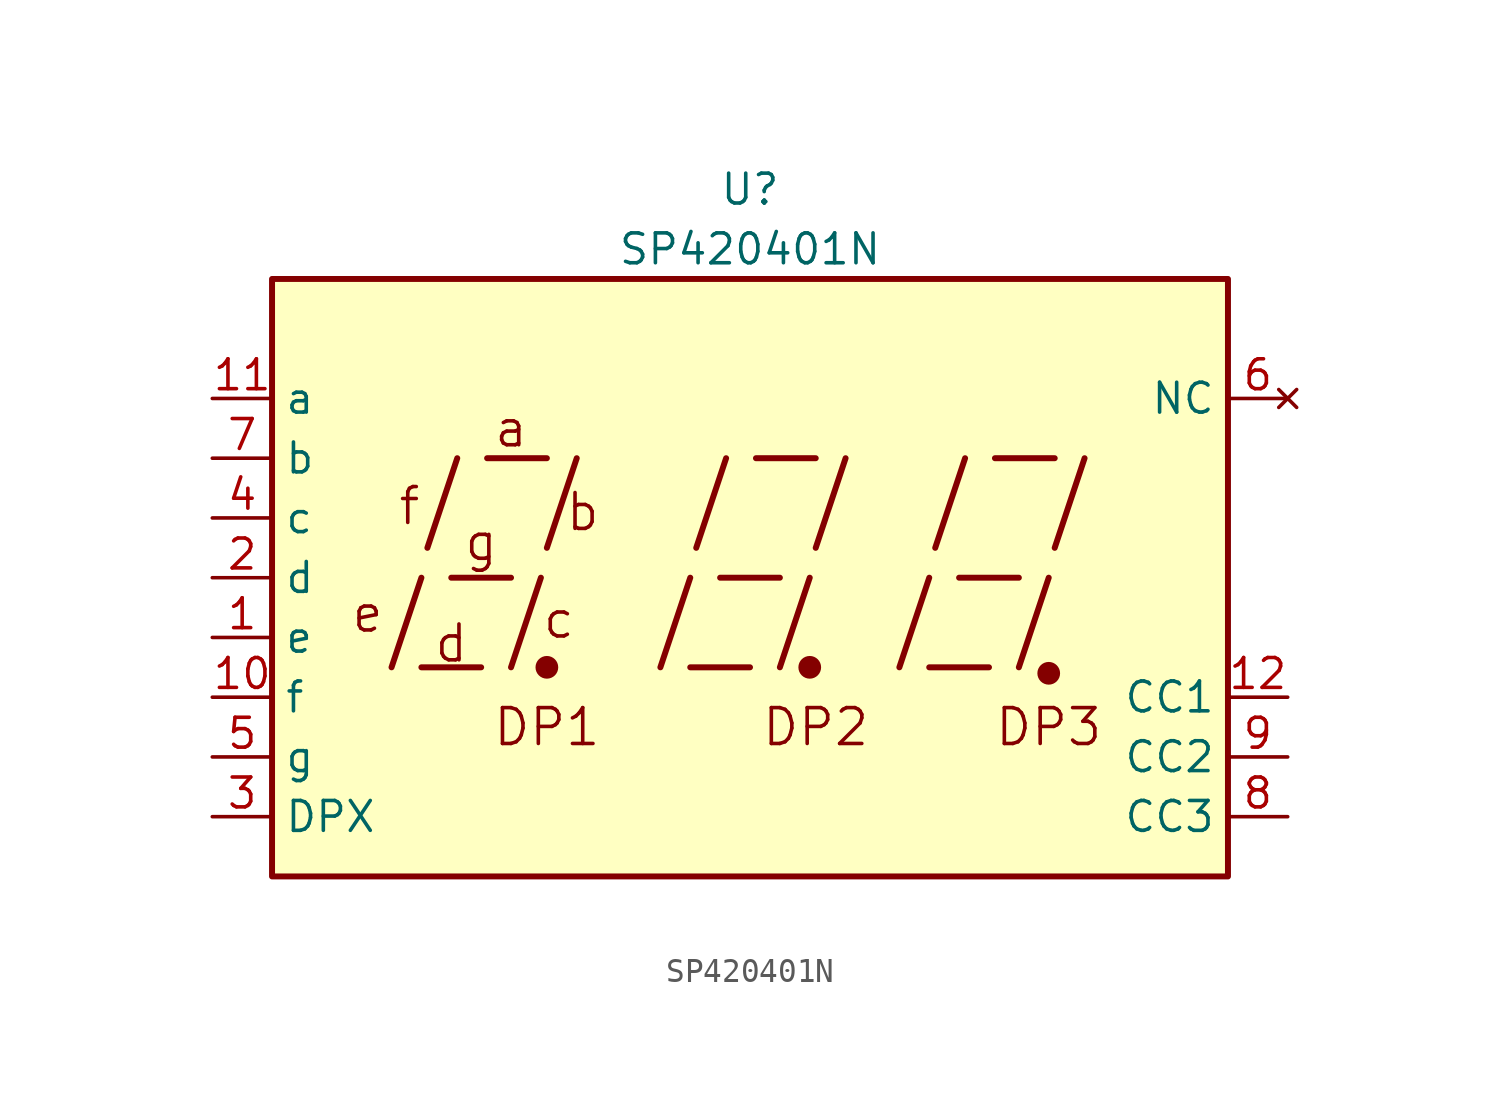
<source format=kicad_sym>
(kicad_symbol_lib
  (version 20211014)
  (generator kicad_symbol_editor)
  (symbol "SP420401N"
    (property "Reference" "U"
      (at 0 17.78 0)
      (effects (font (size 1.27 1.27))))
    (property "Value" "SP420401N"
      (at 0 15.24 0)
      (effects (font (size 1.27 1.27))))
    (symbol "SP420401N_0_0"
      (rectangle (start -20.32 13.97) (end 20.32 -11.43) (stroke (width 0.254) (type default) (color 0 0 0 0)) (fill (type background)))
      (polyline (pts (xy -15.24 -2.54) (xy -13.97 1.27)) (stroke (width 0.254) (type default) (color 0 0 0 0)) (fill (type none)))
      (polyline (pts (xy -13.97 -2.54) (xy -11.43 -2.54)) (stroke (width 0.254) (type default) (color 0 0 0 0)) (fill (type none)))
      (polyline (pts (xy -13.716 2.54) (xy -12.446 6.35)) (stroke (width 0.254) (type default) (color 0 0 0 0)) (fill (type none)))
      (polyline (pts (xy -12.7 1.27) (xy -10.16 1.27)) (stroke (width 0.254) (type default) (color 0 0 0 0)) (fill (type none)))
      (polyline (pts (xy -11.176 6.35) (xy -8.636 6.35)) (stroke (width 0.254) (type default) (color 0 0 0 0)) (fill (type none)))
      (polyline (pts (xy -10.16 -2.54) (xy -8.89 1.27)) (stroke (width 0.254) (type default) (color 0 0 0 0)) (fill (type none)))
      (polyline (pts (xy -8.636 2.54) (xy -7.366 6.35)) (stroke (width 0.254) (type default) (color 0 0 0 0)) (fill (type none)))
      (polyline (pts (xy -3.81 -2.54) (xy -2.54 1.27)) (stroke (width 0.254) (type default) (color 0 0 0 0)) (fill (type none)))
      (polyline (pts (xy -2.54 -2.54) (xy 0 -2.54)) (stroke (width 0.254) (type default) (color 0 0 0 0)) (fill (type none)))
      (polyline (pts (xy -2.286 2.54) (xy -1.016 6.35)) (stroke (width 0.254) (type default) (color 0 0 0 0)) (fill (type none)))
      (polyline (pts (xy -1.27 1.27) (xy 1.27 1.27)) (stroke (width 0.254) (type default) (color 0 0 0 0)) (fill (type none)))
      (polyline (pts (xy 0.254 6.35) (xy 2.794 6.35)) (stroke (width 0.254) (type default) (color 0 0 0 0)) (fill (type none)))
      (polyline (pts (xy 1.27 -2.54) (xy 2.54 1.27)) (stroke (width 0.254) (type default) (color 0 0 0 0)) (fill (type none)))
      (polyline (pts (xy 2.794 2.54) (xy 4.064 6.35)) (stroke (width 0.254) (type default) (color 0 0 0 0)) (fill (type none)))
      (polyline (pts (xy 6.35 -2.54) (xy 7.62 1.27)) (stroke (width 0.254) (type default) (color 0 0 0 0)) (fill (type none)))
      (polyline (pts (xy 7.62 -2.54) (xy 10.16 -2.54)) (stroke (width 0.254) (type default) (color 0 0 0 0)) (fill (type none)))
      (polyline (pts (xy 7.874 2.54) (xy 9.144 6.35)) (stroke (width 0.254) (type default) (color 0 0 0 0)) (fill (type none)))
      (polyline (pts (xy 8.89 1.27) (xy 11.43 1.27)) (stroke (width 0.254) (type default) (color 0 0 0 0)) (fill (type none)))
      (polyline (pts (xy 10.414 6.35) (xy 12.954 6.35)) (stroke (width 0.254) (type default) (color 0 0 0 0)) (fill (type none)))
      (polyline (pts (xy 11.43 -2.54) (xy 12.7 1.27)) (stroke (width 0.254) (type default) (color 0 0 0 0)) (fill (type none)))
      (polyline (pts (xy 12.954 2.54) (xy 14.224 6.35)) (stroke (width 0.254) (type default) (color 0 0 0 0)) (fill (type none)))
      (text "a" (at -10.16 7.62 0) (effects (font (size 1.524 1.524))))
      (text "b" (at -7.112 4.064 0) (effects (font (size 1.524 1.524))))
      (text "c" (at -8.128 -0.508 0) (effects (font (size 1.524 1.524))))
      (text "d" (at -12.7 -1.524 0) (effects (font (size 1.524 1.524))))
      (text "DP1" (at -8.636 -5.08 0) (effects (font (size 1.524 1.524))))
      (text "DP2" (at 2.794 -5.08 0) (effects (font (size 1.524 1.524))))
      (text "DP3" (at 12.7 -5.08 0) (effects (font (size 1.524 1.524))))
      (text "e" (at -16.256 -0.254 0) (effects (font (size 1.524 1.524))))
      (text "f" (at -14.478 4.318 0) (effects (font (size 1.524 1.524))))
      (text "g" (at -11.43 2.794 0) (effects (font (size 1.524 1.524)))))
    (symbol "SP420401N_0_1"
      (circle (center -8.636 -2.54) (radius 0.356) (stroke (width 0.254) (type default) (color 0 0 0 0)) (fill (type outline)))
      (circle (center 2.54 -2.54) (radius 0.356) (stroke (width 0.254) (type default) (color 0 0 0 0)) (fill (type outline))))
    (symbol "SP420401N_1_0"
      (circle (center 12.7 -2.794) (radius 0.356) (stroke (width 0.254) (type default) (color 0 0 0 0)) (fill (type outline))))
    (symbol "SP420401N_1_1"
      (pin input line (at -22.86 -1.27 0) (length 2.54) (name "e" (effects (font (size 1.27 1.27)))) (number "1" (effects (font (size 1.27 1.27)))))
      (pin input line (at -22.86 -3.81 0) (length 2.54) (name "f" (effects (font (size 1.27 1.27)))) (number "10" (effects (font (size 1.27 1.27)))))
      (pin input line (at -22.86 8.89 0) (length 2.54) (name "a" (effects (font (size 1.27 1.27)))) (number "11" (effects (font (size 1.27 1.27)))))
      (pin input line (at 22.86 -3.81 180) (length 2.54) (name "CC1" (effects (font (size 1.27 1.27)))) (number "12" (effects (font (size 1.27 1.27)))))
      (pin input line (at -22.86 1.27 0) (length 2.54) (name "d" (effects (font (size 1.27 1.27)))) (number "2" (effects (font (size 1.27 1.27)))))
      (pin input line (at -22.86 -8.89 0) (length 2.54) (name "DPX" (effects (font (size 1.27 1.27)))) (number "3" (effects (font (size 1.27 1.27)))))
      (pin input line (at -22.86 3.81 0) (length 2.54) (name "c" (effects (font (size 1.27 1.27)))) (number "4" (effects (font (size 1.27 1.27)))))
      (pin input line (at -22.86 -6.35 0) (length 2.54) (name "g" (effects (font (size 1.27 1.27)))) (number "5" (effects (font (size 1.27 1.27)))))
      (pin no_connect line (at 22.86 8.89 180) (length 2.54) (name "NC" (effects (font (size 1.27 1.27)))) (number "6" (effects (font (size 1.27 1.27)))))
      (pin input line (at -22.86 6.35 0) (length 2.54) (name "b" (effects (font (size 1.27 1.27)))) (number "7" (effects (font (size 1.27 1.27)))))
      (pin input line (at 22.86 -8.89 180) (length 2.54) (name "CC3" (effects (font (size 1.27 1.27)))) (number "8" (effects (font (size 1.27 1.27)))))
      (pin input line (at 22.86 -6.35 180) (length 2.54) (name "CC2" (effects (font (size 1.27 1.27)))) (number "9" (effects (font (size 1.27 1.27))))))))
</source>
